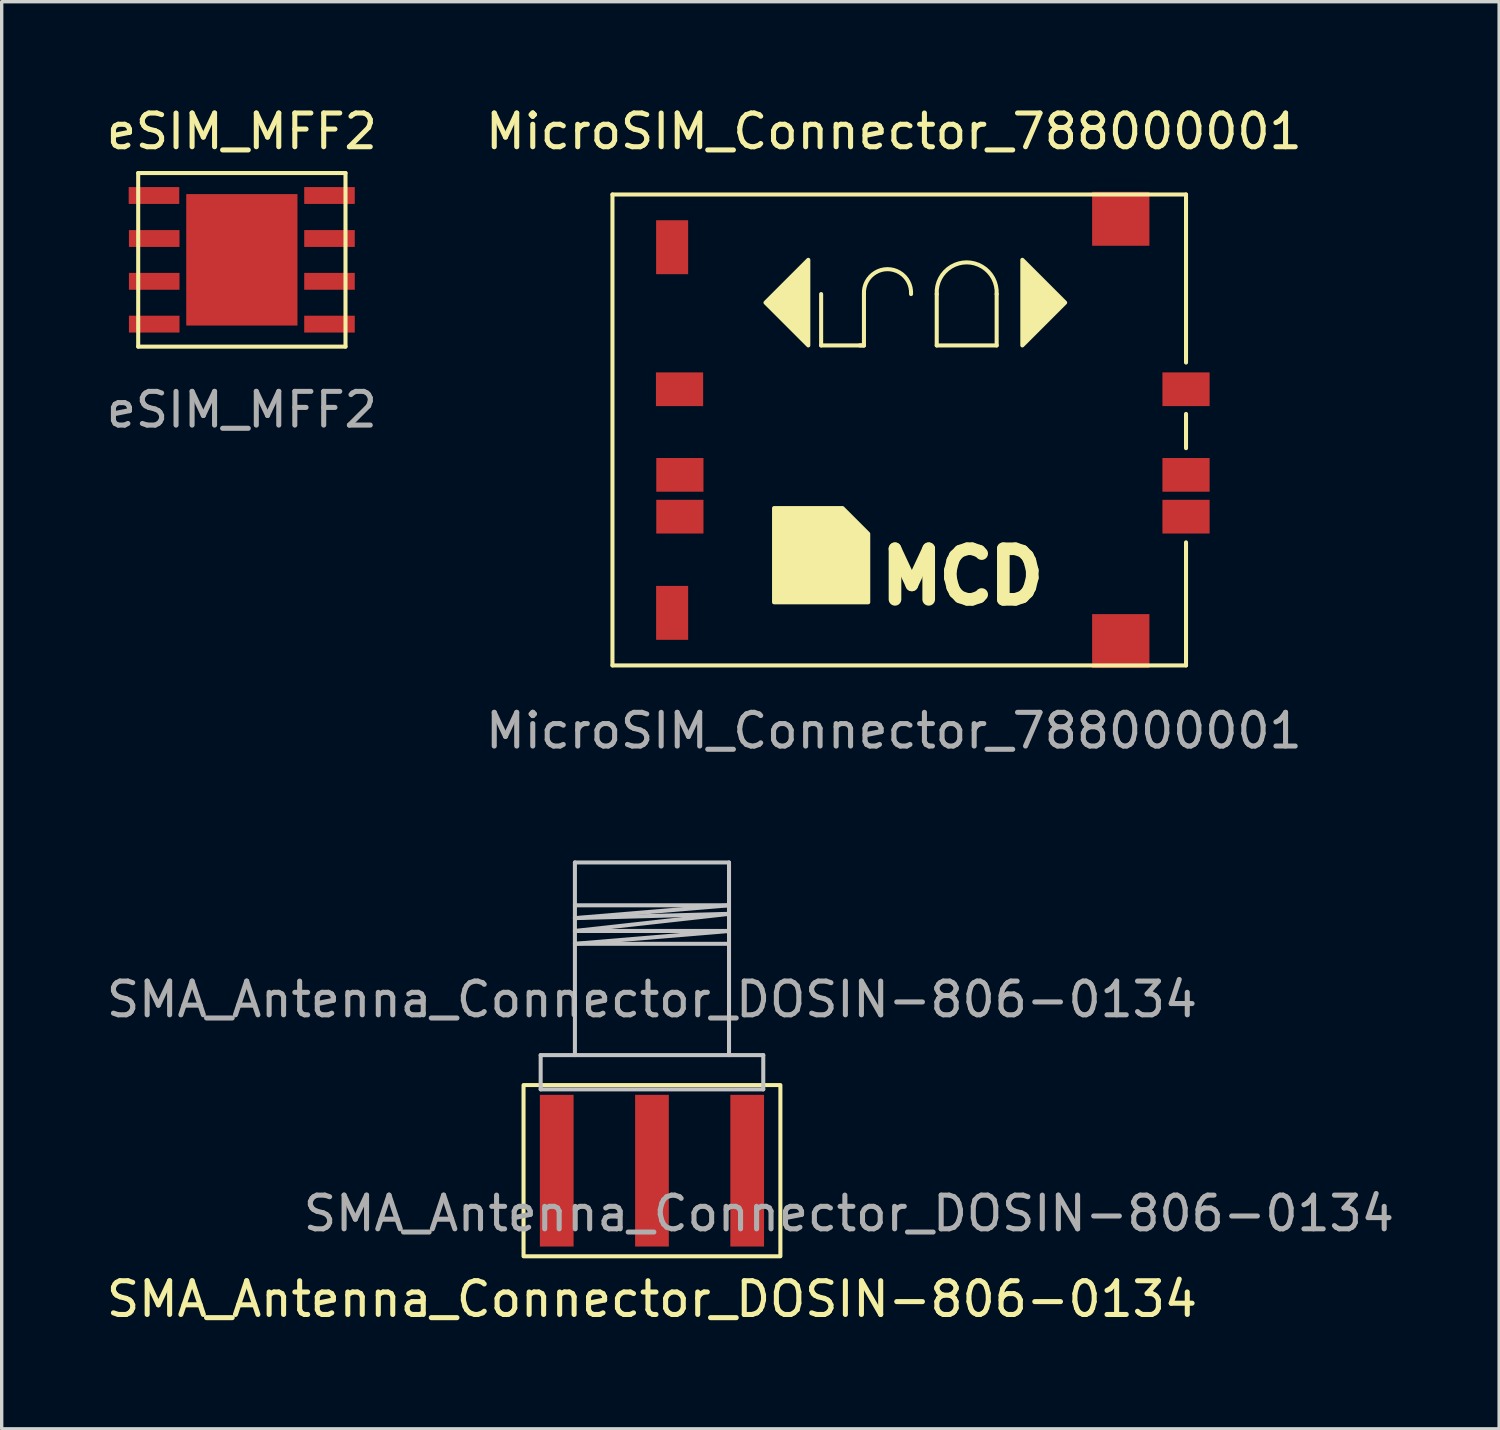
<source format=kicad_pcb>
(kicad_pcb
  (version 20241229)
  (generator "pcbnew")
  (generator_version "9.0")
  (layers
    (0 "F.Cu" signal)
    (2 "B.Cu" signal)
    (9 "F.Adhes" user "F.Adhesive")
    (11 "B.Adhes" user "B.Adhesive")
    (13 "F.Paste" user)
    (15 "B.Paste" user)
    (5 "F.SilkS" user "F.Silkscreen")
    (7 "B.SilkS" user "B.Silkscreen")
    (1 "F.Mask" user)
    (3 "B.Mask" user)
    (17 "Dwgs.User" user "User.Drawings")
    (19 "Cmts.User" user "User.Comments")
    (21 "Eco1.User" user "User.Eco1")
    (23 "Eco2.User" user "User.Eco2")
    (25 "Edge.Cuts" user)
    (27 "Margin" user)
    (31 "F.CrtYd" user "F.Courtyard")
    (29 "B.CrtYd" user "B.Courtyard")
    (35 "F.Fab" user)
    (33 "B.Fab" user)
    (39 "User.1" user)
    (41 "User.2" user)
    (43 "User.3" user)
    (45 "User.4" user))
  (footprint "SMA_Antenna_Connector_DOSIN-806-0134"
    (layer "F.Cu")
    (at 16.292 26.601)
    (property "Reference" "SMA_Antenna_Connector_DOSIN-806-0134" (at 0 8.89 0) (unlocked yes) (layer "F.SilkS") (effects (font (size 1 1) (thickness 0.15))))
    (attr smd)
    (fp_rect (start -3.81 7.62) (end 3.81 2.54) (stroke (width 0.12) (type solid)) (fill no) (layer "F.SilkS"))
    (fp_line (start -3.302 1.651) (end 3.302 1.651) (stroke (width 0.12) (type solid)) (layer "Dwgs.User"))
    (fp_line (start -3.302 2.667) (end -3.302 1.651) (stroke (width 0.12) (type solid)) (layer "Dwgs.User"))
    (fp_line (start -2.286 -4.064) (end 2.286 -4.064) (stroke (width 0.12) (type solid)) (layer "Dwgs.User"))
    (fp_line (start -2.286 -2.794) (end 2.286 -2.794) (stroke (width 0.12) (type solid)) (layer "Dwgs.User"))
    (fp_line (start -2.286 -2.413) (end 2.286 -2.54) (stroke (width 0.12) (type solid)) (layer "Dwgs.User"))
    (fp_line (start -2.286 -2.032) (end 2.286 -2.032) (stroke (width 0.12) (type solid)) (layer "Dwgs.User"))
    (fp_line (start -2.286 -1.651) (end 2.286 -1.651) (stroke (width 0.12) (type solid)) (layer "Dwgs.User"))
    (fp_line (start -2.286 1.651) (end -2.286 -4.064) (stroke (width 0.12) (type solid)) (layer "Dwgs.User"))
    (fp_line (start 2.286 -4.064) (end 2.286 1.651) (stroke (width 0.12) (type solid)) (layer "Dwgs.User"))
    (fp_line (start 2.286 -2.794) (end -2.286 -2.413) (stroke (width 0.12) (type solid)) (layer "Dwgs.User"))
    (fp_line (start 2.286 -2.54) (end -2.286 -2.032) (stroke (width 0.12) (type solid)) (layer "Dwgs.User"))
    (fp_line (start 2.286 -2.032) (end -2.286 -1.651) (stroke (width 0.12) (type solid)) (layer "Dwgs.User"))
    (fp_line (start 3.302 1.651) (end 3.302 2.667) (stroke (width 0.12) (type solid)) (layer "Dwgs.User"))
    (fp_line (start 3.302 2.667) (end -3.302 2.667) (stroke (width 0.12) (type solid)) (layer "Dwgs.User"))
    (fp_text user "${REFERENCE}" (at 0 0 0) (unlocked yes) (layer "F.Fab") (effects (font (size 1 1) (thickness 0.15))))
    (fp_text user "${REFERENCE}" (at 5.842 6.35 0) (unlocked yes) (layer "F.Fab") (effects (font (size 1 1) (thickness 0.15))))
    (pad "1" smd rect (at 0 5.08) (size 1 4.5) (layers "F.Cu" "F.Mask" "F.Paste"))
    (pad "2" smd rect (at -2.825 5.08) (size 1 4.5) (layers "F.Cu" "F.Mask" "F.Paste"))
    (pad "2" smd rect (at 2.825 5.08) (size 1 4.5) (layers "F.Cu" "F.Mask" "F.Paste")))
  (footprint "eSIM_MFF2"
    (layer "F.Cu")
    (at 4.125 4.658)
    (property "Reference" "eSIM_MFF2" (at 0 -3.81 0) (unlocked yes) (layer "F.SilkS") (effects (font (size 1 1) (thickness 0.15))))
    (attr smd)
    (fp_line (start -3.075 -2.575) (end 3.075 -2.575) (stroke (width 0.12) (type solid)) (layer "F.SilkS"))
    (fp_line (start -3.075 2.575) (end -3.075 -2.575) (stroke (width 0.12) (type solid)) (layer "F.SilkS"))
    (fp_line (start -3.075 2.575) (end 3.075 2.575) (stroke (width 0.12) (type solid)) (layer "F.SilkS"))
    (fp_line (start 3.075 2.575) (end 3.075 -2.575) (stroke (width 0.12) (type solid)) (layer "F.SilkS"))
    (fp_text user "${REFERENCE}" (at 0 4.448 0) (unlocked yes) (layer "F.Fab") (effects (font (size 1 1) (thickness 0.15))))
    (pad "1" smd rect (at -2.607 -1.908) (size 1.5 0.5) (layers "F.Cu" "F.Mask" "F.Paste"))
    (pad "2" smd rect (at -2.6 -0.632) (size 1.5 0.5) (layers "F.Cu" "F.Mask" "F.Paste"))
    (pad "3" smd rect (at -2.6 0.638) (size 1.5 0.5) (layers "F.Cu" "F.Mask" "F.Paste"))
    (pad "4" smd rect (at -2.6 1.908) (size 1.5 0.5) (layers "F.Cu" "F.Mask" "F.Paste"))
    (pad "5" smd rect (at 2.6 1.908) (size 1.5 0.5) (layers "F.Cu" "F.Mask" "F.Paste"))
    (pad "6" smd rect (at 2.6 0.638) (size 1.5 0.5) (layers "F.Cu" "F.Mask" "F.Paste"))
    (pad "7" smd rect (at 2.6 -0.632) (size 1.5 0.5) (layers "F.Cu" "F.Mask" "F.Paste"))
    (pad "8" smd rect (at 2.6 -1.908) (size 1.5 0.5) (layers "F.Cu" "F.Mask" "F.Paste"))
    (pad "9" smd rect (at 0 0) (size 3.3 3.9) (layers "F.Cu" "F.Mask" "F.Paste")))
  (footprint "MicroSIM_Connector_788000001"
    (layer "F.Cu")
    (at 23.47 9.738)
    (property "Reference" "MicroSIM_Connector_788000001" (at 0 -8.89 0) (unlocked yes) (layer "F.SilkS") (effects (font (size 1 1) (thickness 0.15))))
    (attr smd)
    (fp_line (start -8.35 -7.018) (end 8.666 -7.018) (stroke (width 0.12) (type solid)) (layer "F.SilkS"))
    (fp_line (start -8.35 6.953) (end -8.35 -7.018) (stroke (width 0.12) (type solid)) (layer "F.SilkS"))
    (fp_line (start -8.35 6.953) (end 8.666 6.953) (stroke (width 0.12) (type solid)) (layer "F.SilkS"))
    (fp_line (start -2.159 -4.064) (end -2.159 -2.54) (stroke (width 0.12) (type solid)) (layer "F.SilkS"))
    (fp_line (start -2.159 -2.54) (end -0.889 -2.54) (stroke (width 0.12) (type solid)) (layer "F.SilkS"))
    (fp_line (start -1.016 -2.54) (end -0.889 -2.54) (stroke (width 0.12) (type solid)) (layer "F.SilkS"))
    (fp_line (start -0.889 -4.064) (end -0.889 -2.54) (stroke (width 0.12) (type solid)) (layer "F.SilkS"))
    (fp_line (start 1.27 -2.54) (end 1.27 -4.064) (stroke (width 0.12) (type solid)) (layer "F.SilkS"))
    (fp_line (start 1.27 -2.54) (end 3.048 -2.54) (stroke (width 0.12) (type solid)) (layer "F.SilkS"))
    (fp_line (start 3.048 -2.54) (end 3.048 -4.064) (stroke (width 0.12) (type solid)) (layer "F.SilkS"))
    (fp_line (start 8.666 -2.032) (end 8.666 -7.018) (stroke (width 0.12) (type solid)) (layer "F.SilkS"))
    (fp_line (start 8.666 0.508) (end 8.666 -0.508) (stroke (width 0.12) (type solid)) (layer "F.SilkS"))
    (fp_line (start 8.666 6.953) (end 8.666 3.302) (stroke (width 0.12) (type solid)) (layer "F.SilkS"))
    (fp_arc (start -0.889 -4.064) (mid -0.1905 -4.80279) (end 0.508 -4.064) (stroke (width 0.12) (type solid)) (layer "F.SilkS"))
    (fp_arc (start 1.27 -4.064) (mid 2.159 -5.004281) (end 3.048 -4.064) (stroke (width 0.12) (type solid)) (layer "F.SilkS"))
    (fp_poly (pts (xy -2.54 -2.54) (xy -3.81 -3.81) (xy -2.54 -5.08)) (stroke (width 0.12) (type solid)) (fill yes) (layer "F.SilkS"))
    (fp_poly (pts (xy 5.08 -3.81) (xy 3.81 -2.54) (xy 3.81 -5.08)) (stroke (width 0.12) (type solid)) (fill yes) (layer "F.SilkS"))
    (fp_poly (pts (xy -0.762 3.048) (xy -0.762 5.08) (xy -3.556 5.08) (xy -3.556 2.286) (xy -1.524 2.286)) (stroke (width 0.12) (type solid)) (fill yes) (layer "F.SilkS"))
    (fp_text user "MCD" (at 2.032 4.318 0) (unlocked yes) (layer "F.SilkS") (effects (font (size 1.5 1.5) (thickness 0.375))))
    (fp_text user "${REFERENCE}" (at 0 8.89 0) (unlocked yes) (layer "F.Fab") (effects (font (size 1 1) (thickness 0.15))))
    (pad "7" smd rect (at -6.58 5.394) (size 0.95 1.6) (layers "F.Cu" "F.Mask" "F.Paste"))
    (pad "8" smd rect (at 6.73 6.231) (size 1.7 1.6) (layers "F.Cu" "F.Mask" "F.Paste"))
    (pad "9" smd rect (at 6.73 -6.297) (size 1.7 1.6) (layers "F.Cu" "F.Mask" "F.Paste"))
    (pad "10" smd rect (at -6.58 -5.454) (size 0.95 1.6) (layers "F.Cu" "F.Mask" "F.Paste"))
    (pad "C1" smd rect (at -6.35 2.54) (size 1.4 1) (layers "F.Cu" "F.Mask" "F.Paste"))
    (pad "C2" smd rect (at -6.35 1.3) (size 1.4 1) (layers "F.Cu" "F.Mask" "F.Paste"))
    (pad "C3" smd rect (at -6.36 -1.24) (size 1.4 1) (layers "F.Cu" "F.Mask" "F.Paste"))
    (pad "C5" smd rect (at 8.666 2.54) (size 1.4 1) (layers "F.Cu" "F.Mask" "F.Paste"))
    (pad "C6" smd rect (at 8.666 1.3) (size 1.4 1) (layers "F.Cu" "F.Mask" "F.Paste"))
    (pad "C7" smd rect (at 8.666 -1.24) (size 1.4 1) (layers "F.Cu" "F.Mask" "F.Paste")))
  (gr_rect
    (start -3 -3)
    (end 41.425 39.339)
    (stroke (width 0.1) (type default))
    (fill no)
    (layer "Edge.Cuts")))
</source>
